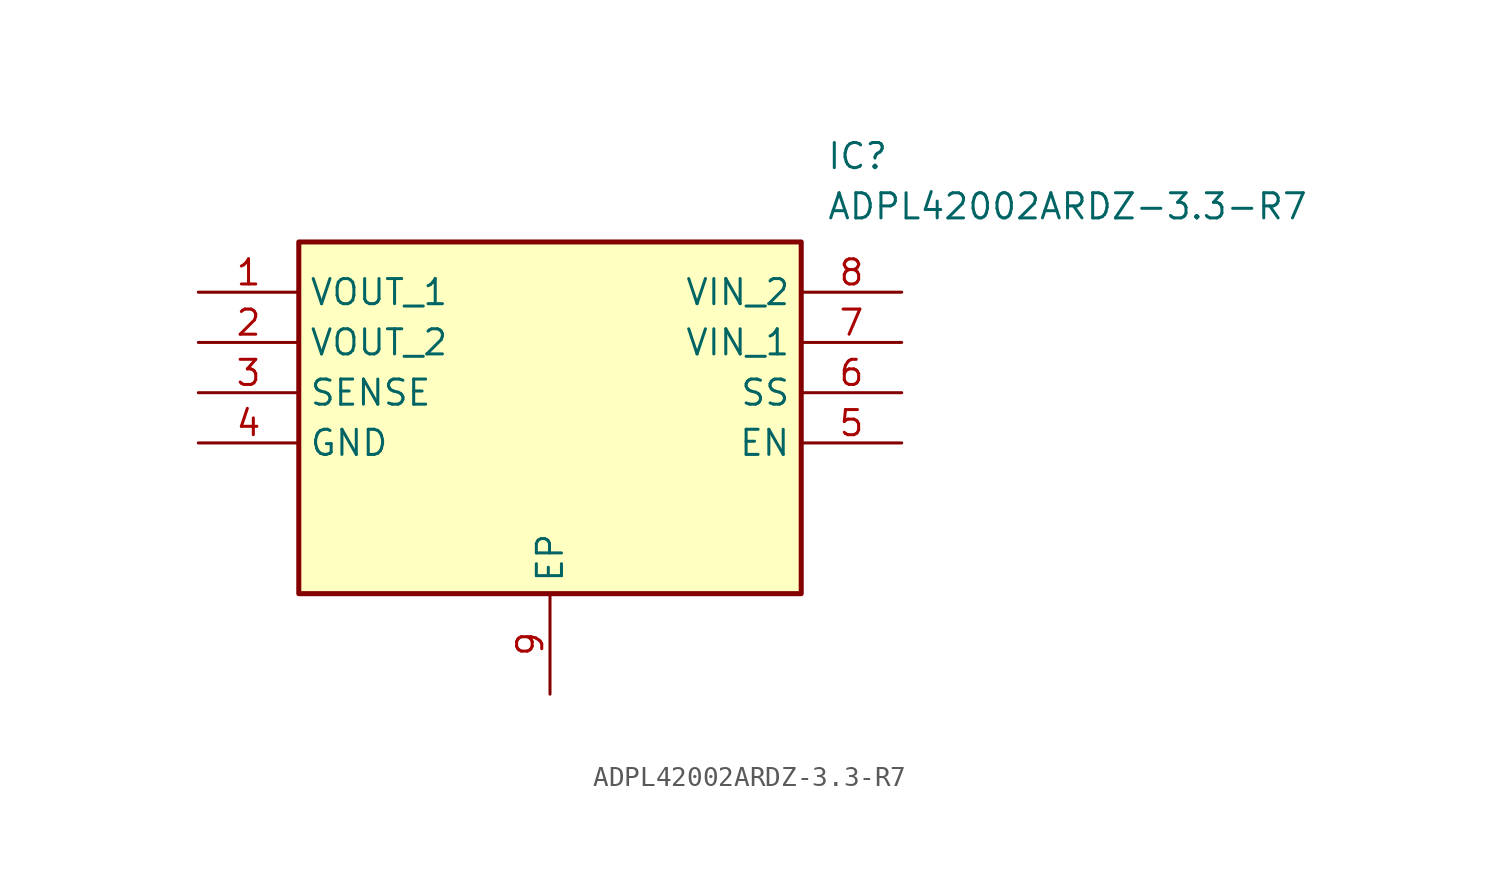
<source format=kicad_sym>
(kicad_symbol_lib
  (version 20211014)
  (generator SamacSys_ECAD_Model)
  (symbol "ADPL42002ARDZ-3.3-R7"
    (property "Reference" "IC"
      (at 31.75 7.62 0)
      (effects (font (size 1.27 1.27)) (justify left top)))
    (property "Value" "ADPL42002ARDZ-3.3-R7"
      (at 31.75 5.08 0)
      (effects (font (size 1.27 1.27)) (justify left top)))
    (rectangle
      (start 5.08 2.54)
      (end 30.48 -15.24)
      (stroke (width 0.254) (type default))
      (fill (type background)))
    (pin passive line
      (at 0 0 0)
      (length 5.08)
      (name "VOUT_1" (effects (font (size 1.27 1.27))))
      (number "1" (effects (font (size 1.27 1.27)))))
    (pin passive line
      (at 0 -2.54 0)
      (length 5.08)
      (name "VOUT_2" (effects (font (size 1.27 1.27))))
      (number "2" (effects (font (size 1.27 1.27)))))
    (pin passive line
      (at 0 -5.08 0)
      (length 5.08)
      (name "SENSE" (effects (font (size 1.27 1.27))))
      (number "3" (effects (font (size 1.27 1.27)))))
    (pin passive line
      (at 0 -7.62 0)
      (length 5.08)
      (name "GND" (effects (font (size 1.27 1.27))))
      (number "4" (effects (font (size 1.27 1.27)))))
    (pin passive line
      (at 17.78 -20.32 90)
      (length 5.08)
      (name "EP" (effects (font (size 1.27 1.27))))
      (number "9" (effects (font (size 1.27 1.27)))))
    (pin passive line
      (at 35.56 0 180)
      (length 5.08)
      (name "VIN_2" (effects (font (size 1.27 1.27))))
      (number "8" (effects (font (size 1.27 1.27)))))
    (pin passive line
      (at 35.56 -2.54 180)
      (length 5.08)
      (name "VIN_1" (effects (font (size 1.27 1.27))))
      (number "7" (effects (font (size 1.27 1.27)))))
    (pin passive line
      (at 35.56 -5.08 180)
      (length 5.08)
      (name "SS" (effects (font (size 1.27 1.27))))
      (number "6" (effects (font (size 1.27 1.27)))))
    (pin passive line
      (at 35.56 -7.62 180)
      (length 5.08)
      (name "EN" (effects (font (size 1.27 1.27))))
      (number "5" (effects (font (size 1.27 1.27)))))))
</source>
